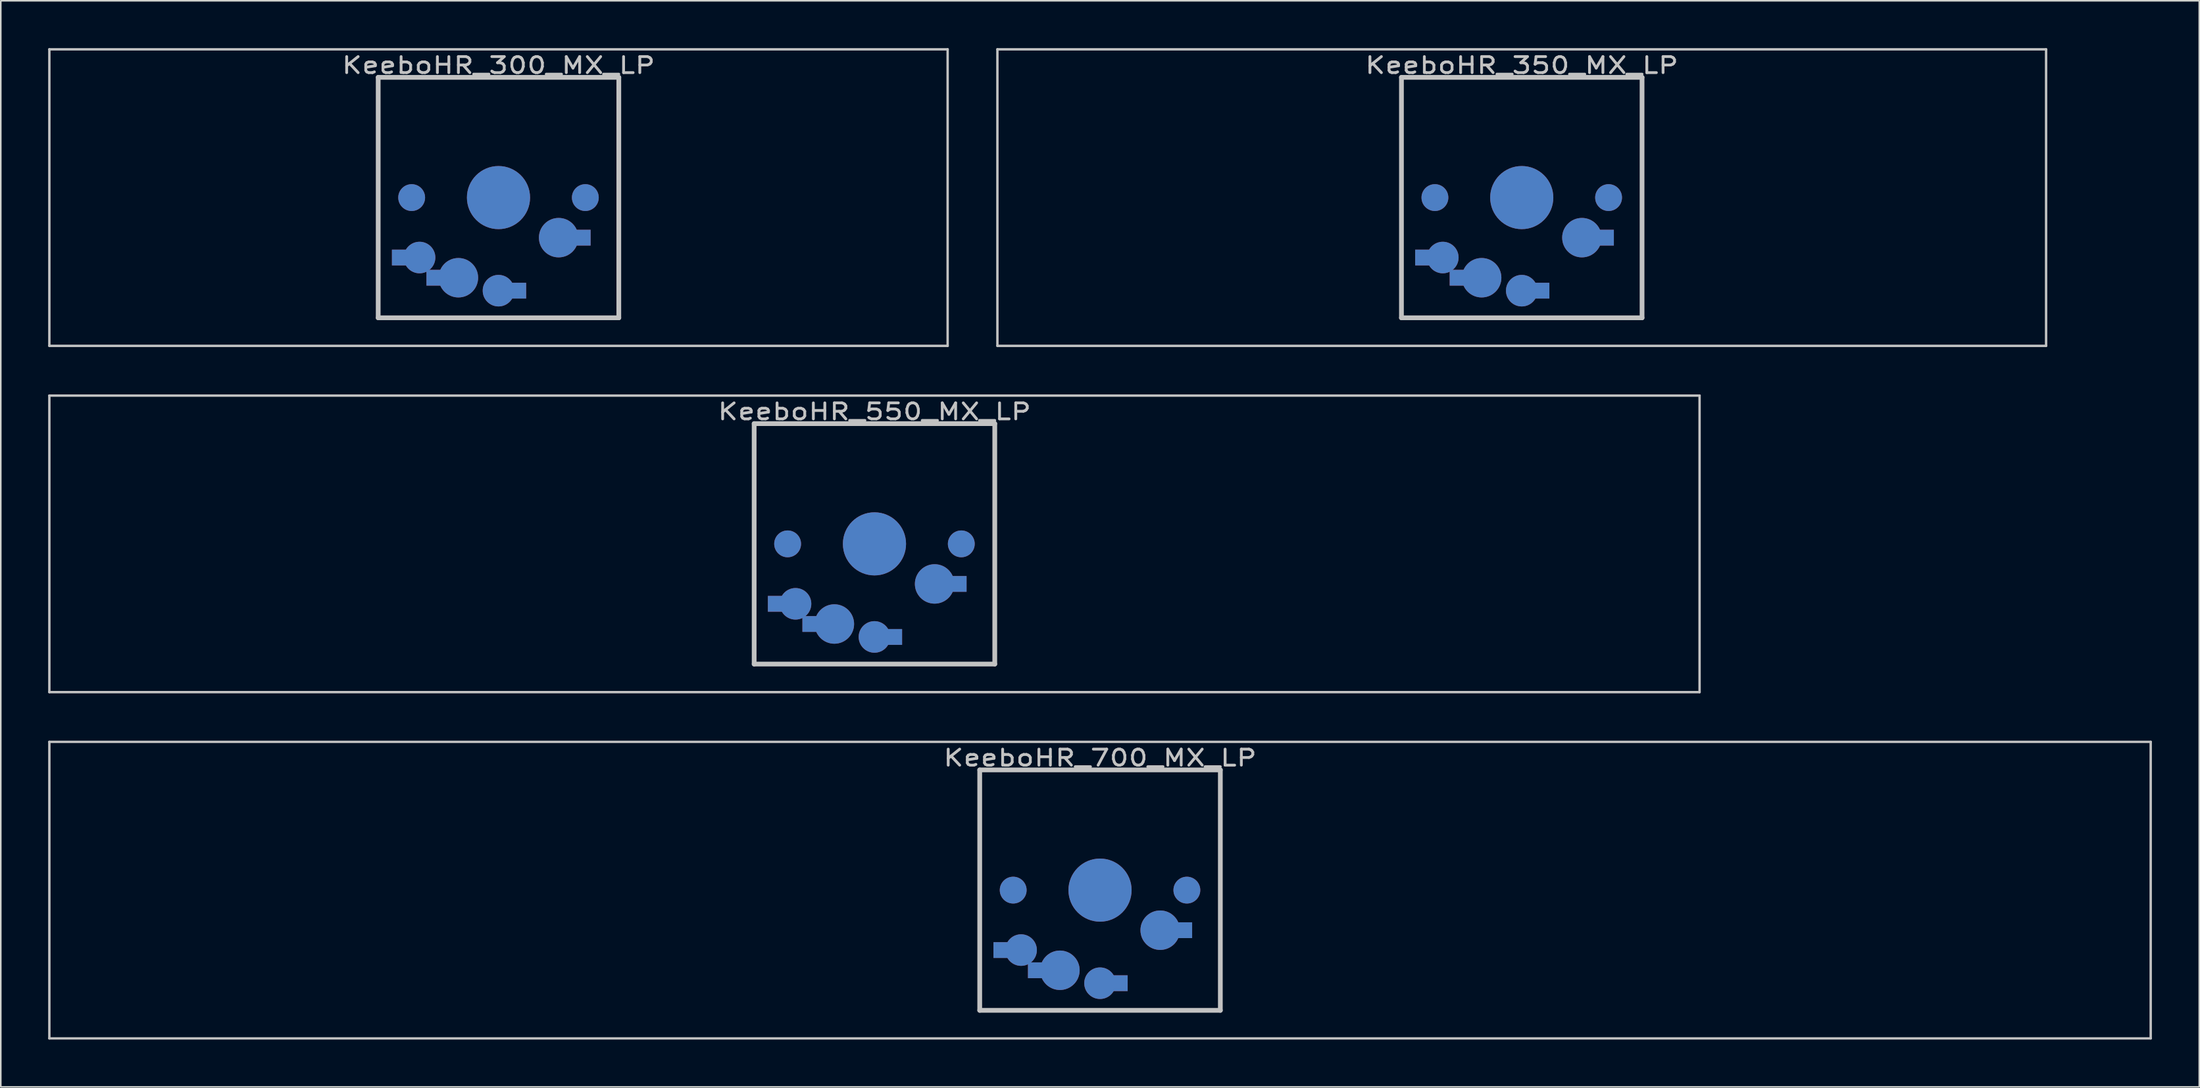
<source format=kicad_pcb>
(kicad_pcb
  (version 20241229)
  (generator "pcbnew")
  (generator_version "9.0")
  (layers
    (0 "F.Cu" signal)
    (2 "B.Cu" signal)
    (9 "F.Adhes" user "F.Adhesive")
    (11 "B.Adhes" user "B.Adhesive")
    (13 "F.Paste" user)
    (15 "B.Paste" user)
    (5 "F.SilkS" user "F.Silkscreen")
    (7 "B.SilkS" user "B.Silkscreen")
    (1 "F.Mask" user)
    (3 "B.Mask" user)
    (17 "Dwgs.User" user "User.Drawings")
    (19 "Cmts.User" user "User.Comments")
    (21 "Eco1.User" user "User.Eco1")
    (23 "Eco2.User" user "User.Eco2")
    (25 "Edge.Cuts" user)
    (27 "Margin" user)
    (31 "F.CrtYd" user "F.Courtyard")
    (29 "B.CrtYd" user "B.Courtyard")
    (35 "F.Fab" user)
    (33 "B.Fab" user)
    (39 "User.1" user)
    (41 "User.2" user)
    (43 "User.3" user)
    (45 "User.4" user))
  (footprint "KeeboHR_300_MX_LP"
    (layer "F.Cu")
    (at 28.524 9.474)
    (property "Reference" "KeeboHR_300_MX_LP" (at 0 -8.382 0) (layer "Dwgs.User") (effects (font (size 1.016 1.27) (thickness 0.178))))
    (attr through_hole)
    (fp_line (start -28.448 -9.398) (end 28.448 -9.398) (stroke (width 0.152) (type solid)) (layer "Dwgs.User"))
    (fp_line (start -28.448 9.398) (end -28.448 -9.398) (stroke (width 0.152) (type solid)) (layer "Dwgs.User"))
    (fp_line (start -7.62 -7.62) (end 7.62 -7.62) (stroke (width 0.3) (type solid)) (layer "Dwgs.User"))
    (fp_line (start -7.62 7.62) (end -7.62 -7.62) (stroke (width 0.3) (type solid)) (layer "Dwgs.User"))
    (fp_line (start 7.62 -7.62) (end 7.62 7.62) (stroke (width 0.3) (type solid)) (layer "Dwgs.User"))
    (fp_line (start 7.62 7.62) (end -7.62 7.62) (stroke (width 0.3) (type solid)) (layer "Dwgs.User"))
    (fp_line (start 28.448 -9.398) (end 28.448 9.398) (stroke (width 0.152) (type solid)) (layer "Dwgs.User"))
    (fp_line (start 28.448 9.398) (end -28.448 9.398) (stroke (width 0.152) (type solid)) (layer "Dwgs.User"))
    (pad "" smd circle (at -5.5 0) (size 1.7 1.7) (layers "*.Cu" "*.Mask"))
    (pad "" smd circle (at 0 0) (size 4 4) (layers "*.Cu" "*.Mask"))
    (pad "" smd circle (at 5.5 0) (size 1.7 1.7) (layers "*.Cu" "*.Mask"))
    (pad "1" smd circle (at 0 5.9) (size 2 2) (layers "*.Cu" "*.Mask"))
    (pad "1" smd rect (at 1.25 5.9) (size 1 1) (layers "*.Cu" "*.Mask"))
    (pad "1" smd circle (at 3.81 2.54) (size 2.5 2.5) (layers "*.Cu" "*.Mask"))
    (pad "1" smd rect (at 5.334 2.54) (size 1 1) (layers "*.Cu" "*.Mask"))
    (pad "2" smd rect (at -6.25 3.8) (size 1 1) (layers "*.Cu" "*.Mask"))
    (pad "2" smd circle (at -5 3.8) (size 2 2) (layers "*.Cu" "*.Mask"))
    (pad "2" smd rect (at -4.064 5.08) (size 1 1) (layers "*.Cu" "*.Mask"))
    (pad "2" smd circle (at -2.54 5.08) (size 2.5 2.5) (layers "*.Cu" "*.Mask")))
  (footprint "KeeboHR_700_MX_LP"
    (layer "F.Cu")
    (at 66.624 53.371)
    (property "Reference" "KeeboHR_700_MX_LP" (at 0 -8.382 0) (layer "Dwgs.User") (effects (font (size 1.016 1.27) (thickness 0.178))))
    (attr through_hole)
    (fp_line (start -66.548 -9.398) (end 66.548 -9.398) (stroke (width 0.152) (type solid)) (layer "Dwgs.User"))
    (fp_line (start -66.548 9.398) (end -66.548 -9.398) (stroke (width 0.152) (type solid)) (layer "Dwgs.User"))
    (fp_line (start -7.62 -7.62) (end 7.62 -7.62) (stroke (width 0.3) (type solid)) (layer "Dwgs.User"))
    (fp_line (start -7.62 7.62) (end -7.62 -7.62) (stroke (width 0.3) (type solid)) (layer "Dwgs.User"))
    (fp_line (start 7.62 -7.62) (end 7.62 7.62) (stroke (width 0.3) (type solid)) (layer "Dwgs.User"))
    (fp_line (start 7.62 7.62) (end -7.62 7.62) (stroke (width 0.3) (type solid)) (layer "Dwgs.User"))
    (fp_line (start 66.548 -9.398) (end 66.548 9.398) (stroke (width 0.152) (type solid)) (layer "Dwgs.User"))
    (fp_line (start 66.548 9.398) (end -66.548 9.398) (stroke (width 0.152) (type solid)) (layer "Dwgs.User"))
    (pad "" smd circle (at -5.5 0) (size 1.7 1.7) (layers "*.Cu" "*.Mask"))
    (pad "" smd circle (at 0 0) (size 4 4) (layers "*.Cu" "*.Mask"))
    (pad "" smd circle (at 5.5 0) (size 1.7 1.7) (layers "*.Cu" "*.Mask"))
    (pad "1" smd circle (at 0 5.9) (size 2 2) (layers "*.Cu" "*.Mask"))
    (pad "1" smd rect (at 1.25 5.9) (size 1 1) (layers "*.Cu" "*.Mask"))
    (pad "1" smd circle (at 3.81 2.54) (size 2.5 2.5) (layers "*.Cu" "*.Mask"))
    (pad "1" smd rect (at 5.334 2.54) (size 1 1) (layers "*.Cu" "*.Mask"))
    (pad "2" smd rect (at -6.25 3.8) (size 1 1) (layers "*.Cu" "*.Mask"))
    (pad "2" smd circle (at -5 3.8) (size 2 2) (layers "*.Cu" "*.Mask"))
    (pad "2" smd rect (at -4.064 5.08) (size 1 1) (layers "*.Cu" "*.Mask"))
    (pad "2" smd circle (at -2.54 5.08) (size 2.5 2.5) (layers "*.Cu" "*.Mask")))
  (footprint "KeeboHR_550_MX_LP"
    (layer "F.Cu")
    (at 52.337 31.423)
    (property "Reference" "KeeboHR_550_MX_LP" (at 0 -8.382 0) (layer "Dwgs.User") (effects (font (size 1.016 1.27) (thickness 0.178))))
    (attr through_hole)
    (fp_line (start -52.261 -9.398) (end 52.261 -9.398) (stroke (width 0.152) (type solid)) (layer "Dwgs.User"))
    (fp_line (start -52.261 9.398) (end -52.261 -9.398) (stroke (width 0.152) (type solid)) (layer "Dwgs.User"))
    (fp_line (start -7.62 -7.62) (end 7.62 -7.62) (stroke (width 0.3) (type solid)) (layer "Dwgs.User"))
    (fp_line (start -7.62 7.62) (end -7.62 -7.62) (stroke (width 0.3) (type solid)) (layer "Dwgs.User"))
    (fp_line (start 7.62 -7.62) (end 7.62 7.62) (stroke (width 0.3) (type solid)) (layer "Dwgs.User"))
    (fp_line (start 7.62 7.62) (end -7.62 7.62) (stroke (width 0.3) (type solid)) (layer "Dwgs.User"))
    (fp_line (start 52.261 -9.398) (end 52.261 9.398) (stroke (width 0.152) (type solid)) (layer "Dwgs.User"))
    (fp_line (start 52.261 9.398) (end -52.261 9.398) (stroke (width 0.152) (type solid)) (layer "Dwgs.User"))
    (pad "" smd circle (at -5.5 0) (size 1.7 1.7) (layers "*.Cu" "*.Mask"))
    (pad "" smd circle (at 0 0) (size 4 4) (layers "*.Cu" "*.Mask"))
    (pad "" smd circle (at 5.5 0) (size 1.7 1.7) (layers "*.Cu" "*.Mask"))
    (pad "1" smd circle (at 0 5.9) (size 2 2) (layers "*.Cu" "*.Mask"))
    (pad "1" smd rect (at 1.25 5.9) (size 1 1) (layers "*.Cu" "*.Mask"))
    (pad "1" smd circle (at 3.81 2.54) (size 2.5 2.5) (layers "*.Cu" "*.Mask"))
    (pad "1" smd rect (at 5.334 2.54) (size 1 1) (layers "*.Cu" "*.Mask"))
    (pad "2" smd rect (at -6.25 3.8) (size 1 1) (layers "*.Cu" "*.Mask"))
    (pad "2" smd circle (at -5 3.8) (size 2 2) (layers "*.Cu" "*.Mask"))
    (pad "2" smd rect (at -4.064 5.08) (size 1 1) (layers "*.Cu" "*.Mask"))
    (pad "2" smd circle (at -2.54 5.08) (size 2.5 2.5) (layers "*.Cu" "*.Mask")))
  (footprint "KeeboHR_350_MX_LP"
    (layer "F.Cu")
    (at 93.335 9.474)
    (property "Reference" "KeeboHR_350_MX_LP" (at 0 -8.382 0) (layer "Dwgs.User") (effects (font (size 1.016 1.27) (thickness 0.178))))
    (attr through_hole)
    (fp_line (start -33.211 -9.398) (end 33.211 -9.398) (stroke (width 0.152) (type solid)) (layer "Dwgs.User"))
    (fp_line (start -33.211 9.398) (end -33.211 -9.398) (stroke (width 0.152) (type solid)) (layer "Dwgs.User"))
    (fp_line (start -7.62 -7.62) (end 7.62 -7.62) (stroke (width 0.3) (type solid)) (layer "Dwgs.User"))
    (fp_line (start -7.62 7.62) (end -7.62 -7.62) (stroke (width 0.3) (type solid)) (layer "Dwgs.User"))
    (fp_line (start 7.62 -7.62) (end 7.62 7.62) (stroke (width 0.3) (type solid)) (layer "Dwgs.User"))
    (fp_line (start 7.62 7.62) (end -7.62 7.62) (stroke (width 0.3) (type solid)) (layer "Dwgs.User"))
    (fp_line (start 33.211 -9.398) (end 33.211 9.398) (stroke (width 0.152) (type solid)) (layer "Dwgs.User"))
    (fp_line (start 33.211 9.398) (end -33.211 9.398) (stroke (width 0.152) (type solid)) (layer "Dwgs.User"))
    (pad "" smd circle (at -5.5 0) (size 1.7 1.7) (layers "*.Cu" "*.Mask"))
    (pad "" smd circle (at 0 0) (size 4 4) (layers "*.Cu" "*.Mask"))
    (pad "" smd circle (at 5.5 0) (size 1.7 1.7) (layers "*.Cu" "*.Mask"))
    (pad "1" smd circle (at 0 5.9) (size 2 2) (layers "*.Cu" "*.Mask"))
    (pad "1" smd rect (at 1.25 5.9) (size 1 1) (layers "*.Cu" "*.Mask"))
    (pad "1" smd circle (at 3.81 2.54) (size 2.5 2.5) (layers "*.Cu" "*.Mask"))
    (pad "1" smd rect (at 5.334 2.54) (size 1 1) (layers "*.Cu" "*.Mask"))
    (pad "2" smd rect (at -6.25 3.8) (size 1 1) (layers "*.Cu" "*.Mask"))
    (pad "2" smd circle (at -5 3.8) (size 2 2) (layers "*.Cu" "*.Mask"))
    (pad "2" smd rect (at -4.064 5.08) (size 1 1) (layers "*.Cu" "*.Mask"))
    (pad "2" smd circle (at -2.54 5.08) (size 2.5 2.5) (layers "*.Cu" "*.Mask")))
  (gr_rect
    (start -3 -3)
    (end 136.248 65.845)
    (stroke (width 0.1) (type default))
    (fill no)
    (layer "Edge.Cuts")))
</source>
